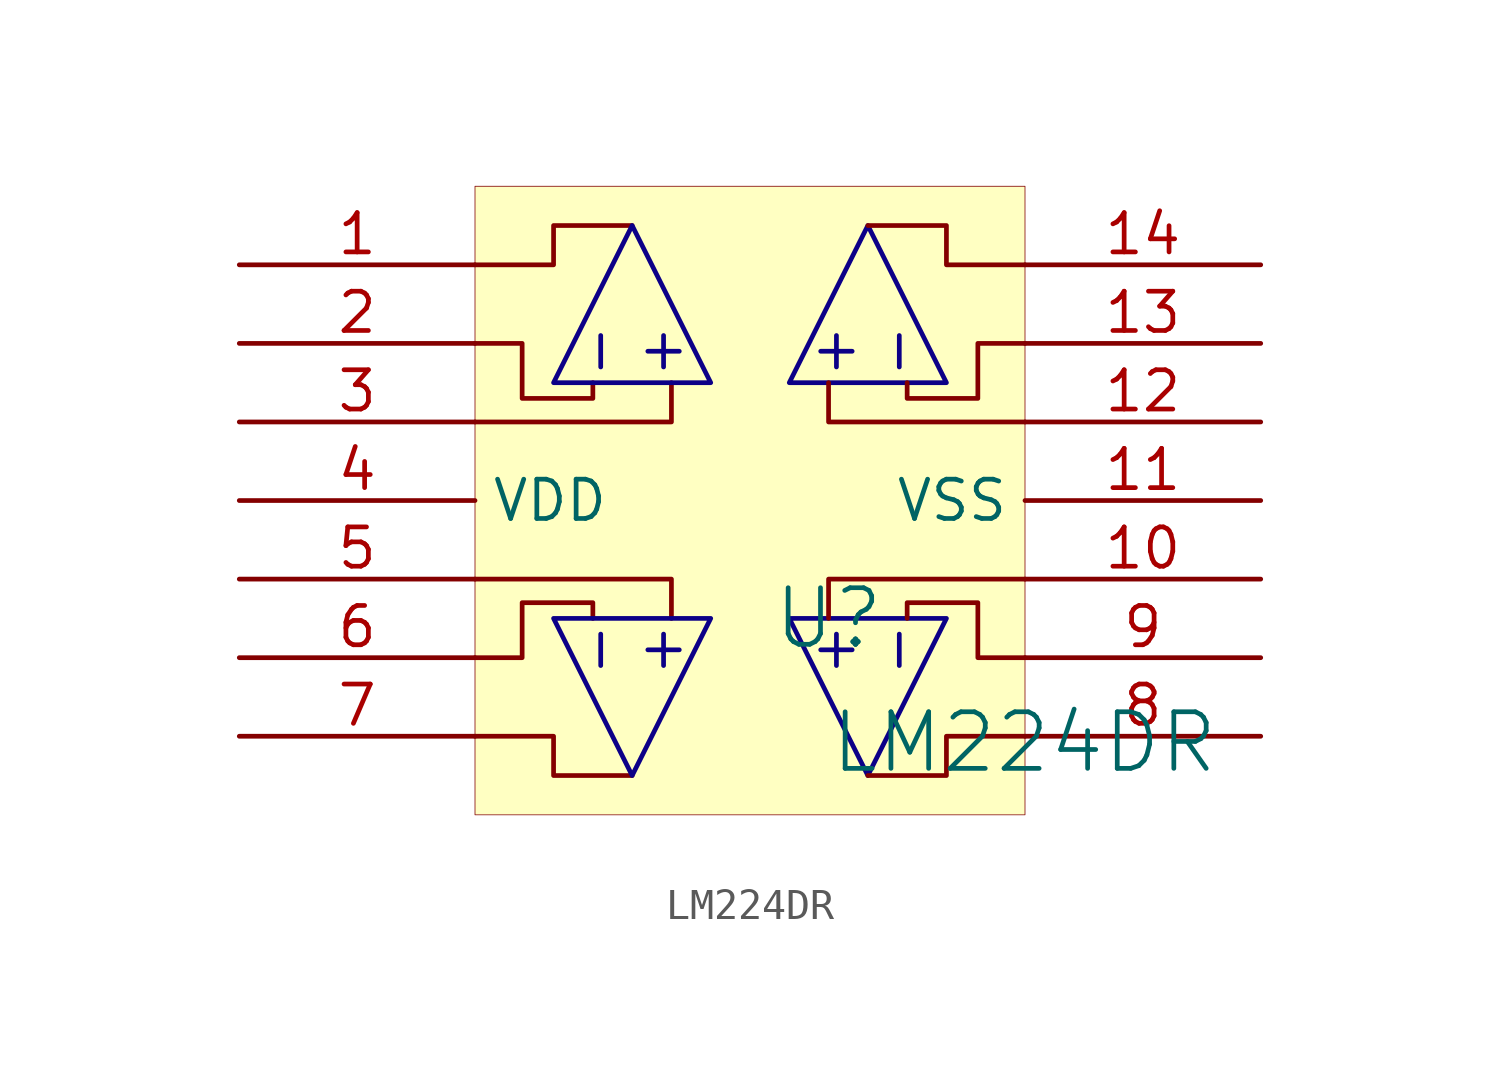
<source format=kicad_sym>
(kicad_symbol_lib
  (version 20241209)
  (generator "kicad_symbol_editor")
  (generator_version "9.0")
  (symbol "LM224DR"
    (property "Reference" "U"
      (at -1.27 1.27 0)
      (effects (font (size 1.829 1.829))))
    (property "Value" "LM224DR"
      (at -1.27 -3.81 0)
      (effects (font (size 1.829 1.829)) (justify left bottom)))
    (symbol "LM224DR_1_0"
      (polyline (pts (xy -12.7 7.62) (xy -6.35 7.62) (xy -6.35 8.89)) (stroke (width 0) (type solid)) (fill (type none)))
      (polyline (pts (xy -12.7 2.54) (xy -6.35 2.54) (xy -6.35 1.27)) (stroke (width 0) (type solid)) (fill (type none)))
      (polyline (pts (xy -8.89 8.89) (xy -8.89 8.382) (xy -11.176 8.382) (xy -11.176 10.16) (xy -12.7 10.16)) (stroke (width 0) (type solid)) (fill (type none)))
      (polyline (pts (xy -8.89 1.27) (xy -8.89 1.778) (xy -11.176 1.778) (xy -11.176 0) (xy -12.7 0)) (stroke (width 0) (type solid)) (fill (type none)))
      (polyline (pts (xy -8.636 9.398) (xy -8.636 10.414)) (stroke (width 0) (type solid) (color 12 0 135 1)) (fill (type none)))
      (polyline (pts (xy -8.636 0.762) (xy -8.636 -0.254)) (stroke (width 0) (type solid) (color 12 0 135 1)) (fill (type none)))
      (polyline (pts (xy -7.62 13.97) (xy -10.16 13.97) (xy -10.16 12.7) (xy -12.7 12.7)) (stroke (width 0) (type solid)) (fill (type none)))
      (polyline (pts (xy -7.62 13.97) (xy -5.08 8.89) (xy -10.16 8.89) (xy -7.62 13.97)) (stroke (width 0) (type solid) (color 12 0 135 1)) (fill (type none)))
      (polyline (pts (xy -7.62 -3.81) (xy -10.16 -3.81) (xy -10.16 -2.54) (xy -12.7 -2.54)) (stroke (width 0) (type solid)) (fill (type none)))
      (polyline (pts (xy -7.62 -3.81) (xy -5.08 1.27) (xy -10.16 1.27) (xy -7.62 -3.81)) (stroke (width 0) (type solid) (color 12 0 135 1)) (fill (type none)))
      (polyline (pts (xy -6.604 9.398) (xy -6.604 10.414)) (stroke (width 0) (type solid) (color 12 0 135 1)) (fill (type none)))
      (polyline (pts (xy -6.604 0.762) (xy -6.604 -0.254)) (stroke (width 0) (type solid) (color 12 0 135 1)) (fill (type none)))
      (polyline (pts (xy -6.096 9.906) (xy -7.112 9.906)) (stroke (width 0) (type solid) (color 12 0 135 1)) (fill (type none)))
      (polyline (pts (xy -6.096 0.254) (xy -7.112 0.254)) (stroke (width 0) (type solid) (color 12 0 135 1)) (fill (type none)))
      (polyline (pts (xy -1.524 9.906) (xy -0.508 9.906)) (stroke (width 0) (type solid) (color 12 0 135 1)) (fill (type none)))
      (polyline (pts (xy -1.524 0.254) (xy -0.508 0.254)) (stroke (width 0) (type solid) (color 12 0 135 1)) (fill (type none)))
      (polyline (pts (xy -1.016 9.398) (xy -1.016 10.414)) (stroke (width 0) (type solid) (color 12 0 135 1)) (fill (type none)))
      (polyline (pts (xy -1.016 0.762) (xy -1.016 -0.254)) (stroke (width 0) (type solid) (color 12 0 135 1)) (fill (type none)))
      (polyline (pts (xy 0 13.97) (xy -2.54 8.89) (xy 2.54 8.89) (xy 0 13.97)) (stroke (width 0) (type solid) (color 12 0 135 1)) (fill (type none)))
      (polyline (pts (xy 0 13.97) (xy 2.54 13.97) (xy 2.54 12.7) (xy 5.08 12.7)) (stroke (width 0) (type solid)) (fill (type none)))
      (polyline (pts (xy 0 -3.81) (xy -2.54 1.27) (xy 2.54 1.27) (xy 0 -3.81)) (stroke (width 0) (type solid) (color 12 0 135 1)) (fill (type none)))
      (polyline (pts (xy 0 -3.81) (xy 2.54 -3.81) (xy 2.54 -2.54) (xy 5.08 -2.54)) (stroke (width 0) (type solid)) (fill (type none)))
      (polyline (pts (xy 1.016 9.398) (xy 1.016 10.414)) (stroke (width 0) (type solid) (color 12 0 135 1)) (fill (type none)))
      (polyline (pts (xy 1.016 0.762) (xy 1.016 -0.254)) (stroke (width 0) (type solid) (color 12 0 135 1)) (fill (type none)))
      (polyline (pts (xy 1.27 8.89) (xy 1.27 8.382) (xy 3.556 8.382) (xy 3.556 10.16) (xy 5.08 10.16)) (stroke (width 0) (type solid)) (fill (type none)))
      (polyline (pts (xy 1.27 1.27) (xy 1.27 1.778) (xy 3.556 1.778) (xy 3.556 0) (xy 5.08 0)) (stroke (width 0) (type solid)) (fill (type none)))
      (rectangle (start 5.08 15.24) (end -12.7 -5.08) (stroke (width 0.025) (type solid) (color 128 0 0 1)) (fill (type background)))
      (polyline (pts (xy 5.08 7.62) (xy -1.27 7.62) (xy -1.27 8.89)) (stroke (width 0) (type solid)) (fill (type none)))
      (polyline (pts (xy 5.08 2.54) (xy -1.27 2.54) (xy -1.27 1.27)) (stroke (width 0) (type solid)) (fill (type none)))
      (pin passive line (at -20.32 12.7 0) (length 7.62) (name "0" (effects (font (size 0 0)))) (number "1" (effects (font (size 1.27 1.27)))))
      (pin passive line (at -20.32 10.16 0) (length 7.62) (name "1" (effects (font (size 0 0)))) (number "2" (effects (font (size 1.27 1.27)))))
      (pin passive line (at -20.32 7.62 0) (length 7.62) (name "2" (effects (font (size 0 0)))) (number "3" (effects (font (size 1.27 1.27)))))
      (pin power_in line (at -20.32 5.08 0) (length 7.62) (name "VDD" (effects (font (size 1.27 1.27)))) (number "4" (effects (font (size 1.27 1.27)))))
      (pin passive line (at -20.32 2.54 0) (length 7.62) (name "4" (effects (font (size 0 0)))) (number "5" (effects (font (size 1.27 1.27)))))
      (pin passive line (at -20.32 0 0) (length 7.62) (name "5" (effects (font (size 0 0)))) (number "6" (effects (font (size 1.27 1.27)))))
      (pin passive line (at -20.32 -2.54 0) (length 7.62) (name "6" (effects (font (size 0 0)))) (number "7" (effects (font (size 1.27 1.27)))))
      (pin passive line (at 12.7 12.7 180) (length 7.62) (name "6" (effects (font (size 0 0)))) (number "14" (effects (font (size 1.27 1.27)))))
      (pin passive line (at 12.7 10.16 180) (length 7.62) (name "5" (effects (font (size 0 0)))) (number "13" (effects (font (size 1.27 1.27)))))
      (pin passive line (at 12.7 7.62 180) (length 7.62) (name "4" (effects (font (size 0 0)))) (number "12" (effects (font (size 1.27 1.27)))))
      (pin power_in line (at 12.7 5.08 180) (length 7.62) (name "VSS" (effects (font (size 1.27 1.27)))) (number "11" (effects (font (size 1.27 1.27)))))
      (pin passive line (at 12.7 2.54 180) (length 7.62) (name "2" (effects (font (size 0 0)))) (number "10" (effects (font (size 1.27 1.27)))))
      (pin passive line (at 12.7 0 180) (length 7.62) (name "1" (effects (font (size 0 0)))) (number "9" (effects (font (size 1.27 1.27)))))
      (pin passive line (at 12.7 -2.54 180) (length 7.62) (name "0" (effects (font (size 0 0)))) (number "8" (effects (font (size 1.27 1.27))))))))
</source>
